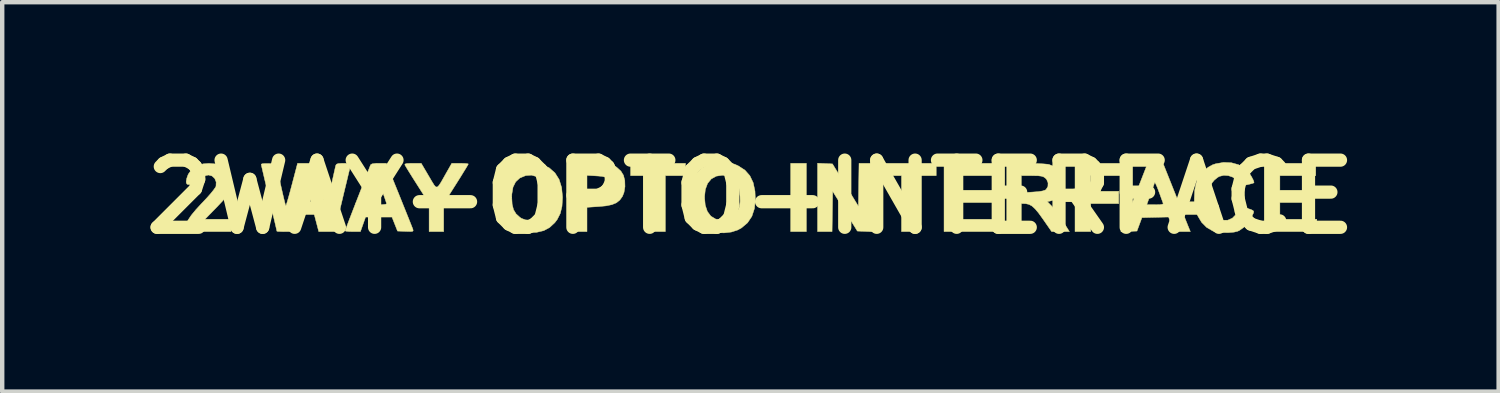
<source format=kicad_pcb>
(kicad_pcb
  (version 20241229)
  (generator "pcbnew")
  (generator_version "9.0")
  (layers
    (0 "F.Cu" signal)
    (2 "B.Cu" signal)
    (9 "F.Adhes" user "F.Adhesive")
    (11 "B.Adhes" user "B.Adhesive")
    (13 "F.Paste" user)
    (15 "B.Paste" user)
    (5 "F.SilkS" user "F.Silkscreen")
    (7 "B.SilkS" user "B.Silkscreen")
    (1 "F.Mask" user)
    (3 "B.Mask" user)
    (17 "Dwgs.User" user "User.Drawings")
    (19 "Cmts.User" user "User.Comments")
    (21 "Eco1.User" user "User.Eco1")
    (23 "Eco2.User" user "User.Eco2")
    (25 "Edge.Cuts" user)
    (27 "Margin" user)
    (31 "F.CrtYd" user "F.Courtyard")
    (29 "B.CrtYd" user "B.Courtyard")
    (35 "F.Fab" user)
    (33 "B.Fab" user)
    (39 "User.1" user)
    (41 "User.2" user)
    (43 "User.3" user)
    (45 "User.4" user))
  (footprint "2WAY-OPTO-INTERFACE"
    (layer "F.Cu")
    (at 13.977 1.418)
    (property "Reference" "2WAY-OPTO-INTERFACE" (at 0 0 0) (layer "F.SilkS") (effects (font (size 1.524 1.524) (thickness 0.3))))
    (attr through_hole)
    (fp_poly (pts (xy 1.27 0.787) (xy 0.914 0.787) (xy 0.914 -0.762) (xy 1.27 -0.762) (xy 1.27 0.787)) (stroke (width 0.01) (type solid)) (fill yes) (layer "F.SilkS"))
    (fp_poly (pts (xy -1.473 -0.483) (xy -1.93 -0.483) (xy -1.93 0.787) (xy -2.261 0.787) (xy -2.261 -0.483) (xy -2.718 -0.483) (xy -2.718 -0.762) (xy -1.473 -0.762) (xy -1.473 -0.483)) (stroke (width 0.01) (type solid)) (fill yes) (layer "F.SilkS"))
    (fp_poly (pts (xy 4.216 -0.483) (xy 3.759 -0.483) (xy 3.759 0.787) (xy 3.429 0.787) (xy 3.429 -0.483) (xy 2.972 -0.483) (xy 2.972 -0.762) (xy 4.216 -0.762) (xy 4.216 -0.483)) (stroke (width 0.01) (type solid)) (fill yes) (layer "F.SilkS"))
    (fp_poly (pts (xy 8.458 -0.483) (xy 7.722 -0.483) (xy 7.722 -0.127) (xy 8.357 -0.127) (xy 8.357 0.152) (xy 7.722 0.152) (xy 7.722 0.787) (xy 7.366 0.787) (xy 7.366 -0.762) (xy 8.458 -0.762) (xy 8.458 -0.483)) (stroke (width 0.01) (type solid)) (fill yes) (layer "F.SilkS"))
    (fp_poly (pts (xy 5.563 -0.483) (xy 4.724 -0.483) (xy 4.724 -0.152) (xy 5.486 -0.152) (xy 5.486 0.127) (xy 4.724 0.127) (xy 4.724 0.508) (xy 5.588 0.508) (xy 5.588 0.787) (xy 4.394 0.787) (xy 4.394 -0.762) (xy 5.563 -0.762) (xy 5.563 -0.483)) (stroke (width 0.01) (type solid)) (fill yes) (layer "F.SilkS"))
    (fp_poly (pts (xy 12.827 -0.483) (xy 12.014 -0.483) (xy 12.014 -0.152) (xy 12.776 -0.152) (xy 12.776 0.127) (xy 12.014 0.127) (xy 12.014 0.508) (xy 12.852 0.508) (xy 12.852 0.787) (xy 11.659 0.787) (xy 11.659 -0.762) (xy 12.827 -0.762) (xy 12.827 -0.483)) (stroke (width 0.01) (type solid)) (fill yes) (layer "F.SilkS"))
    (fp_poly (pts (xy 1.862 -0.749) (xy 2.157 -0.268) (xy 2.451 0.213) (xy 2.458 -0.274) (xy 2.465 -0.762) (xy 2.769 -0.762) (xy 2.769 0.79) (xy 2.598 0.782) (xy 2.427 0.775) (xy 2.147 0.323) (xy 1.867 -0.128) (xy 1.86 0.33) (xy 1.853 0.787) (xy 1.524 0.787) (xy 1.524 -0.764) (xy 1.862 -0.749)) (stroke (width 0.01) (type solid)) (fill yes) (layer "F.SilkS"))
    (fp_poly (pts (xy -7.297 -0.47) (xy -7.228 -0.352) (xy -7.178 -0.271) (xy -7.14 -0.228) (xy -7.105 -0.224) (xy -7.067 -0.26) (xy -7.018 -0.335) (xy -6.952 -0.452) (xy -6.917 -0.514) (xy -6.776 -0.762) (xy -6.589 -0.762) (xy -6.498 -0.76) (xy -6.432 -0.755) (xy -6.401 -0.748) (xy -6.401 -0.746) (xy -6.414 -0.721) (xy -6.45 -0.66) (xy -6.506 -0.569) (xy -6.576 -0.455) (xy -6.658 -0.325) (xy -6.68 -0.29) (xy -6.96 0.151) (xy -6.96 0.787) (xy -7.29 0.787) (xy -7.29 0.15) (xy -7.559 -0.273) (xy -7.643 -0.405) (xy -7.717 -0.523) (xy -7.778 -0.621) (xy -7.82 -0.692) (xy -7.841 -0.727) (xy -7.841 -0.729) (xy -7.836 -0.746) (xy -7.799 -0.757) (xy -7.722 -0.761) (xy -7.661 -0.762) (xy -7.469 -0.762) (xy -7.297 -0.47)) (stroke (width 0.01) (type solid)) (fill yes) (layer "F.SilkS"))
    (fp_poly (pts (xy -3.651 -0.762) (xy -3.507 -0.76) (xy -3.373 -0.755) (xy -3.26 -0.747) (xy -3.182 -0.738) (xy -3.162 -0.734) (xy -3.039 -0.677) (xy -2.937 -0.583) (xy -2.88 -0.49) (xy -2.85 -0.371) (xy -2.846 -0.234) (xy -2.868 -0.102) (xy -2.903 -0.013) (xy -2.963 0.071) (xy -3.04 0.133) (xy -3.141 0.175) (xy -3.276 0.203) (xy -3.436 0.218) (xy -3.708 0.236) (xy -3.708 0.787) (xy -4.039 0.787) (xy -4.039 -0.076) (xy -3.708 -0.076) (xy -3.508 -0.076) (xy -3.394 -0.079) (xy -3.317 -0.09) (xy -3.267 -0.111) (xy -3.254 -0.121) (xy -3.197 -0.197) (xy -3.184 -0.286) (xy -3.217 -0.374) (xy -3.232 -0.394) (xy -3.267 -0.43) (xy -3.307 -0.452) (xy -3.364 -0.466) (xy -3.452 -0.474) (xy -3.501 -0.477) (xy -3.708 -0.489) (xy -3.708 -0.076) (xy -4.039 -0.076) (xy -4.039 -0.762) (xy -3.651 -0.762)) (stroke (width 0.01) (type solid)) (fill yes) (layer "F.SilkS"))
    (fp_poly (pts (xy 9.639 -0.071) (xy 9.711 0.11) (xy 9.778 0.278) (xy 9.838 0.428) (xy 9.888 0.553) (xy 9.925 0.646) (xy 9.947 0.699) (xy 9.949 0.705) (xy 9.983 0.787) (xy 9.612 0.787) (xy 9.55 0.622) (xy 9.488 0.456) (xy 9.186 0.463) (xy 8.884 0.47) (xy 8.771 0.775) (xy 8.589 0.782) (xy 8.407 0.79) (xy 8.445 0.693) (xy 8.464 0.645) (xy 8.499 0.556) (xy 8.547 0.434) (xy 8.605 0.286) (xy 8.647 0.178) (xy 8.993 0.178) (xy 9.185 0.178) (xy 9.288 0.176) (xy 9.346 0.168) (xy 9.367 0.154) (xy 9.366 0.146) (xy 9.353 0.11) (xy 9.326 0.037) (xy 9.292 -0.058) (xy 9.268 -0.122) (xy 9.232 -0.218) (xy 9.201 -0.288) (xy 9.18 -0.324) (xy 9.172 -0.325) (xy 9.16 -0.288) (xy 9.134 -0.215) (xy 9.1 -0.119) (xy 9.077 -0.057) (xy 8.993 0.178) (xy 8.647 0.178) (xy 8.67 0.12) (xy 8.74 -0.058) (xy 8.747 -0.076) (xy 9.009 -0.749) (xy 9.186 -0.757) (xy 9.362 -0.764) (xy 9.639 -0.071)) (stroke (width 0.01) (type solid)) (fill yes) (layer "F.SilkS"))
    (fp_poly (pts (xy -12.137 -0.748) (xy -12.019 -0.706) (xy -11.918 -0.627) (xy -11.896 -0.603) (xy -11.823 -0.49) (xy -11.795 -0.362) (xy -11.81 -0.214) (xy -11.823 -0.163) (xy -11.844 -0.1) (xy -11.873 -0.043) (xy -11.914 0.018) (xy -11.976 0.091) (xy -12.065 0.186) (xy -12.121 0.245) (xy -12.378 0.508) (xy -11.786 0.508) (xy -11.786 0.787) (xy -12.853 0.787) (xy -12.837 0.718) (xy -12.807 0.621) (xy -12.758 0.523) (xy -12.686 0.416) (xy -12.584 0.292) (xy -12.448 0.144) (xy -12.43 0.126) (xy -12.328 0.017) (xy -12.24 -0.083) (xy -12.174 -0.166) (xy -12.134 -0.224) (xy -12.126 -0.242) (xy -12.122 -0.338) (xy -12.155 -0.419) (xy -12.216 -0.475) (xy -12.295 -0.497) (xy -12.368 -0.483) (xy -12.44 -0.429) (xy -12.486 -0.348) (xy -12.497 -0.288) (xy -12.508 -0.261) (xy -12.55 -0.259) (xy -12.576 -0.264) (xy -12.66 -0.275) (xy -12.729 -0.279) (xy -12.781 -0.287) (xy -12.8 -0.319) (xy -12.802 -0.35) (xy -12.79 -0.419) (xy -12.761 -0.5) (xy -12.752 -0.519) (xy -12.671 -0.631) (xy -12.561 -0.708) (xy -12.416 -0.75) (xy -12.286 -0.76) (xy -12.137 -0.748)) (stroke (width 0.01) (type solid)) (fill yes) (layer "F.SilkS"))
    (fp_poly (pts (xy 6.386 -0.76) (xy 6.529 -0.756) (xy 6.653 -0.749) (xy 6.744 -0.741) (xy 6.777 -0.735) (xy 6.906 -0.684) (xy 7.007 -0.596) (xy 7.075 -0.481) (xy 7.104 -0.347) (xy 7.09 -0.203) (xy 7.088 -0.194) (xy 7.037 -0.085) (xy 6.958 0.009) (xy 6.864 0.074) (xy 6.808 0.092) (xy 6.737 0.107) (xy 6.842 0.214) (xy 6.901 0.283) (xy 6.975 0.38) (xy 7.051 0.49) (xy 7.093 0.555) (xy 7.238 0.787) (xy 6.836 0.787) (xy 6.64 0.505) (xy 6.542 0.369) (xy 6.461 0.272) (xy 6.39 0.207) (xy 6.323 0.17) (xy 6.251 0.154) (xy 6.211 0.152) (xy 6.147 0.152) (xy 6.147 0.787) (xy 5.817 0.787) (xy 5.817 -0.483) (xy 6.147 -0.483) (xy 6.147 -0.094) (xy 6.404 -0.11) (xy 6.539 -0.12) (xy 6.63 -0.135) (xy 6.688 -0.154) (xy 6.709 -0.168) (xy 6.751 -0.237) (xy 6.754 -0.319) (xy 6.722 -0.396) (xy 6.689 -0.43) (xy 6.65 -0.456) (xy 6.601 -0.471) (xy 6.53 -0.48) (xy 6.425 -0.482) (xy 6.385 -0.483) (xy 6.147 -0.483) (xy 5.817 -0.483) (xy 5.817 -0.762) (xy 6.234 -0.762) (xy 6.386 -0.76)) (stroke (width 0.01) (type solid)) (fill yes) (layer "F.SilkS"))
    (fp_poly (pts (xy -4.853 -0.772) (xy -4.735 -0.741) (xy -4.566 -0.66) (xy -4.435 -0.545) (xy -4.341 -0.397) (xy -4.284 -0.214) (xy -4.263 0.004) (xy -4.263 0.017) (xy -4.275 0.213) (xy -4.314 0.375) (xy -4.384 0.513) (xy -4.438 0.584) (xy -4.555 0.693) (xy -4.689 0.765) (xy -4.849 0.803) (xy -5.004 0.811) (xy -5.118 0.806) (xy -5.225 0.794) (xy -5.305 0.777) (xy -5.317 0.774) (xy -5.47 0.691) (xy -5.599 0.568) (xy -5.682 0.437) (xy -5.715 0.365) (xy -5.736 0.302) (xy -5.747 0.231) (xy -5.752 0.137) (xy -5.753 0.025) (xy -5.752 0.01) (xy -5.415 0.01) (xy -5.406 0.168) (xy -5.375 0.29) (xy -5.317 0.385) (xy -5.228 0.465) (xy -5.194 0.488) (xy -5.1 0.522) (xy -4.985 0.527) (xy -4.869 0.505) (xy -4.782 0.462) (xy -4.698 0.373) (xy -4.64 0.252) (xy -4.607 0.112) (xy -4.602 -0.036) (xy -4.624 -0.179) (xy -4.675 -0.305) (xy -4.729 -0.378) (xy -4.84 -0.458) (xy -4.968 -0.494) (xy -5.101 -0.484) (xy -5.102 -0.483) (xy -5.232 -0.429) (xy -5.326 -0.342) (xy -5.386 -0.222) (xy -5.413 -0.064) (xy -5.415 0.01) (xy -5.752 0.01) (xy -5.744 -0.163) (xy -5.715 -0.315) (xy -5.662 -0.44) (xy -5.581 -0.55) (xy -5.524 -0.607) (xy -5.386 -0.702) (xy -5.22 -0.762) (xy -5.039 -0.786) (xy -4.853 -0.772)) (stroke (width 0.01) (type solid)) (fill yes) (layer "F.SilkS"))
    (fp_poly (pts (xy -7.968 -0.04) (xy -7.895 0.142) (xy -7.827 0.311) (xy -7.767 0.46) (xy -7.718 0.583) (xy -7.682 0.674) (xy -7.661 0.727) (xy -7.658 0.736) (xy -7.652 0.764) (xy -7.663 0.779) (xy -7.7 0.785) (xy -7.773 0.784) (xy -7.824 0.782) (xy -8.007 0.775) (xy -8.133 0.457) (xy -8.732 0.457) (xy -8.849 0.787) (xy -9.022 0.787) (xy -9.108 0.785) (xy -9.17 0.779) (xy -9.195 0.771) (xy -9.195 0.771) (xy -9.186 0.744) (xy -9.161 0.675) (xy -9.122 0.571) (xy -9.071 0.438) (xy -9.01 0.28) (xy -8.962 0.156) (xy -8.611 0.156) (xy -8.587 0.167) (xy -8.526 0.174) (xy -8.44 0.178) (xy -8.433 0.178) (xy -8.345 0.175) (xy -8.282 0.168) (xy -8.255 0.158) (xy -8.255 0.157) (xy -8.263 0.125) (xy -8.285 0.059) (xy -8.315 -0.027) (xy -8.349 -0.121) (xy -8.382 -0.209) (xy -8.409 -0.278) (xy -8.425 -0.313) (xy -8.438 -0.3) (xy -8.463 -0.25) (xy -8.496 -0.175) (xy -8.531 -0.088) (xy -8.564 0.001) (xy -8.592 0.08) (xy -8.608 0.137) (xy -8.611 0.156) (xy -8.962 0.156) (xy -8.942 0.105) (xy -8.912 0.028) (xy -8.841 -0.154) (xy -8.776 -0.321) (xy -8.719 -0.468) (xy -8.673 -0.588) (xy -8.639 -0.675) (xy -8.62 -0.723) (xy -8.617 -0.73) (xy -8.583 -0.75) (xy -8.499 -0.761) (xy -8.433 -0.762) (xy -8.261 -0.762) (xy -7.968 -0.04)) (stroke (width 0.01) (type solid)) (fill yes) (layer "F.SilkS"))
    (fp_poly (pts (xy -0.529 -0.772) (xy -0.443 -0.764) (xy -0.371 -0.746) (xy -0.295 -0.714) (xy -0.271 -0.702) (xy -0.123 -0.606) (xy -0.012 -0.48) (xy 0.063 -0.323) (xy 0.104 -0.13) (xy 0.112 0.051) (xy 0.092 0.262) (xy 0.033 0.441) (xy -0.065 0.587) (xy -0.202 0.703) (xy -0.292 0.752) (xy -0.433 0.797) (xy -0.598 0.816) (xy -0.767 0.809) (xy -0.921 0.775) (xy -0.978 0.753) (xy -1.12 0.668) (xy -1.228 0.559) (xy -1.315 0.413) (xy -1.318 0.406) (xy -1.351 0.326) (xy -1.371 0.249) (xy -1.381 0.157) (xy -1.384 0.038) (xy -1.382 0.006) (xy -1.041 0.006) (xy -1.025 0.186) (xy -0.977 0.33) (xy -0.898 0.436) (xy -0.79 0.502) (xy -0.655 0.526) (xy -0.601 0.525) (xy -0.511 0.508) (xy -0.432 0.478) (xy -0.411 0.466) (xy -0.358 0.413) (xy -0.303 0.337) (xy -0.284 0.303) (xy -0.254 0.237) (xy -0.237 0.173) (xy -0.232 0.094) (xy -0.235 -0.015) (xy -0.258 -0.192) (xy -0.311 -0.327) (xy -0.392 -0.421) (xy -0.505 -0.476) (xy -0.635 -0.492) (xy -0.775 -0.471) (xy -0.888 -0.408) (xy -0.972 -0.306) (xy -1.023 -0.168) (xy -1.041 0.004) (xy -1.041 0.006) (xy -1.382 0.006) (xy -1.373 -0.162) (xy -1.336 -0.326) (xy -1.271 -0.465) (xy -1.206 -0.553) (xy -1.099 -0.655) (xy -0.98 -0.723) (xy -0.837 -0.762) (xy -0.658 -0.774) (xy -0.648 -0.774) (xy -0.529 -0.772)) (stroke (width 0.01) (type solid)) (fill yes) (layer "F.SilkS"))
    (fp_poly (pts (xy 10.914 -0.775) (xy 11.077 -0.73) (xy 11.216 -0.651) (xy 11.291 -0.579) (xy 11.334 -0.519) (xy 11.376 -0.449) (xy 11.41 -0.383) (xy 11.427 -0.334) (xy 11.425 -0.319) (xy 11.393 -0.307) (xy 11.329 -0.29) (xy 11.252 -0.273) (xy 11.18 -0.26) (xy 11.131 -0.254) (xy 11.129 -0.254) (xy 11.083 -0.277) (xy 11.064 -0.316) (xy 11.021 -0.392) (xy 10.944 -0.449) (xy 10.845 -0.483) (xy 10.74 -0.49) (xy 10.642 -0.466) (xy 10.599 -0.441) (xy 10.525 -0.38) (xy 10.475 -0.319) (xy 10.446 -0.245) (xy 10.431 -0.148) (xy 10.427 -0.014) (xy 10.427 0.008) (xy 10.432 0.167) (xy 10.449 0.284) (xy 10.483 0.372) (xy 10.536 0.437) (xy 10.599 0.484) (xy 10.717 0.53) (xy 10.833 0.528) (xy 10.938 0.481) (xy 11.024 0.392) (xy 11.059 0.332) (xy 11.115 0.21) (xy 11.274 0.259) (xy 11.359 0.287) (xy 11.404 0.309) (xy 11.42 0.332) (xy 11.415 0.363) (xy 11.341 0.527) (xy 11.233 0.662) (xy 11.097 0.76) (xy 11.056 0.779) (xy 10.974 0.799) (xy 10.861 0.809) (xy 10.736 0.81) (xy 10.616 0.802) (xy 10.521 0.784) (xy 10.496 0.775) (xy 10.352 0.691) (xy 10.238 0.576) (xy 10.155 0.437) (xy 10.114 0.35) (xy 10.09 0.278) (xy 10.077 0.202) (xy 10.073 0.102) (xy 10.073 0.04) (xy 10.082 -0.152) (xy 10.113 -0.308) (xy 10.17 -0.438) (xy 10.256 -0.554) (xy 10.288 -0.588) (xy 10.387 -0.673) (xy 10.487 -0.728) (xy 10.556 -0.751) (xy 10.737 -0.783) (xy 10.914 -0.775)) (stroke (width 0.01) (type solid)) (fill yes) (layer "F.SilkS"))
    (fp_poly (pts (xy -9.783 -0.362) (xy -9.746 -0.22) (xy -9.713 -0.089) (xy -9.686 0.019) (xy -9.668 0.095) (xy -9.662 0.121) (xy -9.646 0.177) (xy -9.63 0.203) (xy -9.628 0.203) (xy -9.618 0.18) (xy -9.599 0.114) (xy -9.573 0.015) (xy -9.544 -0.11) (xy -9.516 -0.235) (xy -9.484 -0.38) (xy -9.455 -0.51) (xy -9.431 -0.616) (xy -9.415 -0.689) (xy -9.407 -0.718) (xy -9.391 -0.742) (xy -9.353 -0.756) (xy -9.282 -0.761) (xy -9.228 -0.762) (xy -9.139 -0.76) (xy -9.09 -0.754) (xy -9.072 -0.739) (xy -9.073 -0.718) (xy -9.081 -0.682) (xy -9.1 -0.604) (xy -9.128 -0.49) (xy -9.162 -0.346) (xy -9.203 -0.179) (xy -9.247 0.005) (xy -9.259 0.057) (xy -9.435 0.787) (xy -9.794 0.787) (xy -9.931 0.267) (xy -9.973 0.113) (xy -10.011 -0.023) (xy -10.043 -0.134) (xy -10.068 -0.212) (xy -10.083 -0.251) (xy -10.085 -0.254) (xy -10.096 -0.231) (xy -10.117 -0.165) (xy -10.147 -0.065) (xy -10.183 0.063) (xy -10.224 0.212) (xy -10.238 0.267) (xy -10.375 0.787) (xy -10.56 0.787) (xy -10.649 0.786) (xy -10.715 0.783) (xy -10.744 0.778) (xy -10.744 0.777) (xy -10.75 0.751) (xy -10.766 0.681) (xy -10.791 0.574) (xy -10.824 0.436) (xy -10.862 0.274) (xy -10.905 0.093) (xy -10.922 0.024) (xy -10.967 -0.164) (xy -11.007 -0.335) (xy -11.042 -0.484) (xy -11.07 -0.605) (xy -11.09 -0.691) (xy -11.099 -0.737) (xy -11.1 -0.742) (xy -11.077 -0.752) (xy -11.016 -0.757) (xy -10.931 -0.757) (xy -10.93 -0.757) (xy -10.761 -0.749) (xy -10.658 -0.273) (xy -10.625 -0.125) (xy -10.595 0.004) (xy -10.57 0.107) (xy -10.552 0.175) (xy -10.542 0.203) (xy -10.541 0.203) (xy -10.531 0.18) (xy -10.511 0.115) (xy -10.482 0.015) (xy -10.447 -0.111) (xy -10.408 -0.257) (xy -10.402 -0.279) (xy -10.275 -0.762) (xy -9.888 -0.762) (xy -9.783 -0.362)) (stroke (width 0.01) (type solid)) (fill yes) (layer "F.SilkS")))
  (gr_rect
    (start -3 -3)
    (end 30.955 5.836)
    (stroke (width 0.1) (type default))
    (fill no)
    (layer "Edge.Cuts")))
</source>
